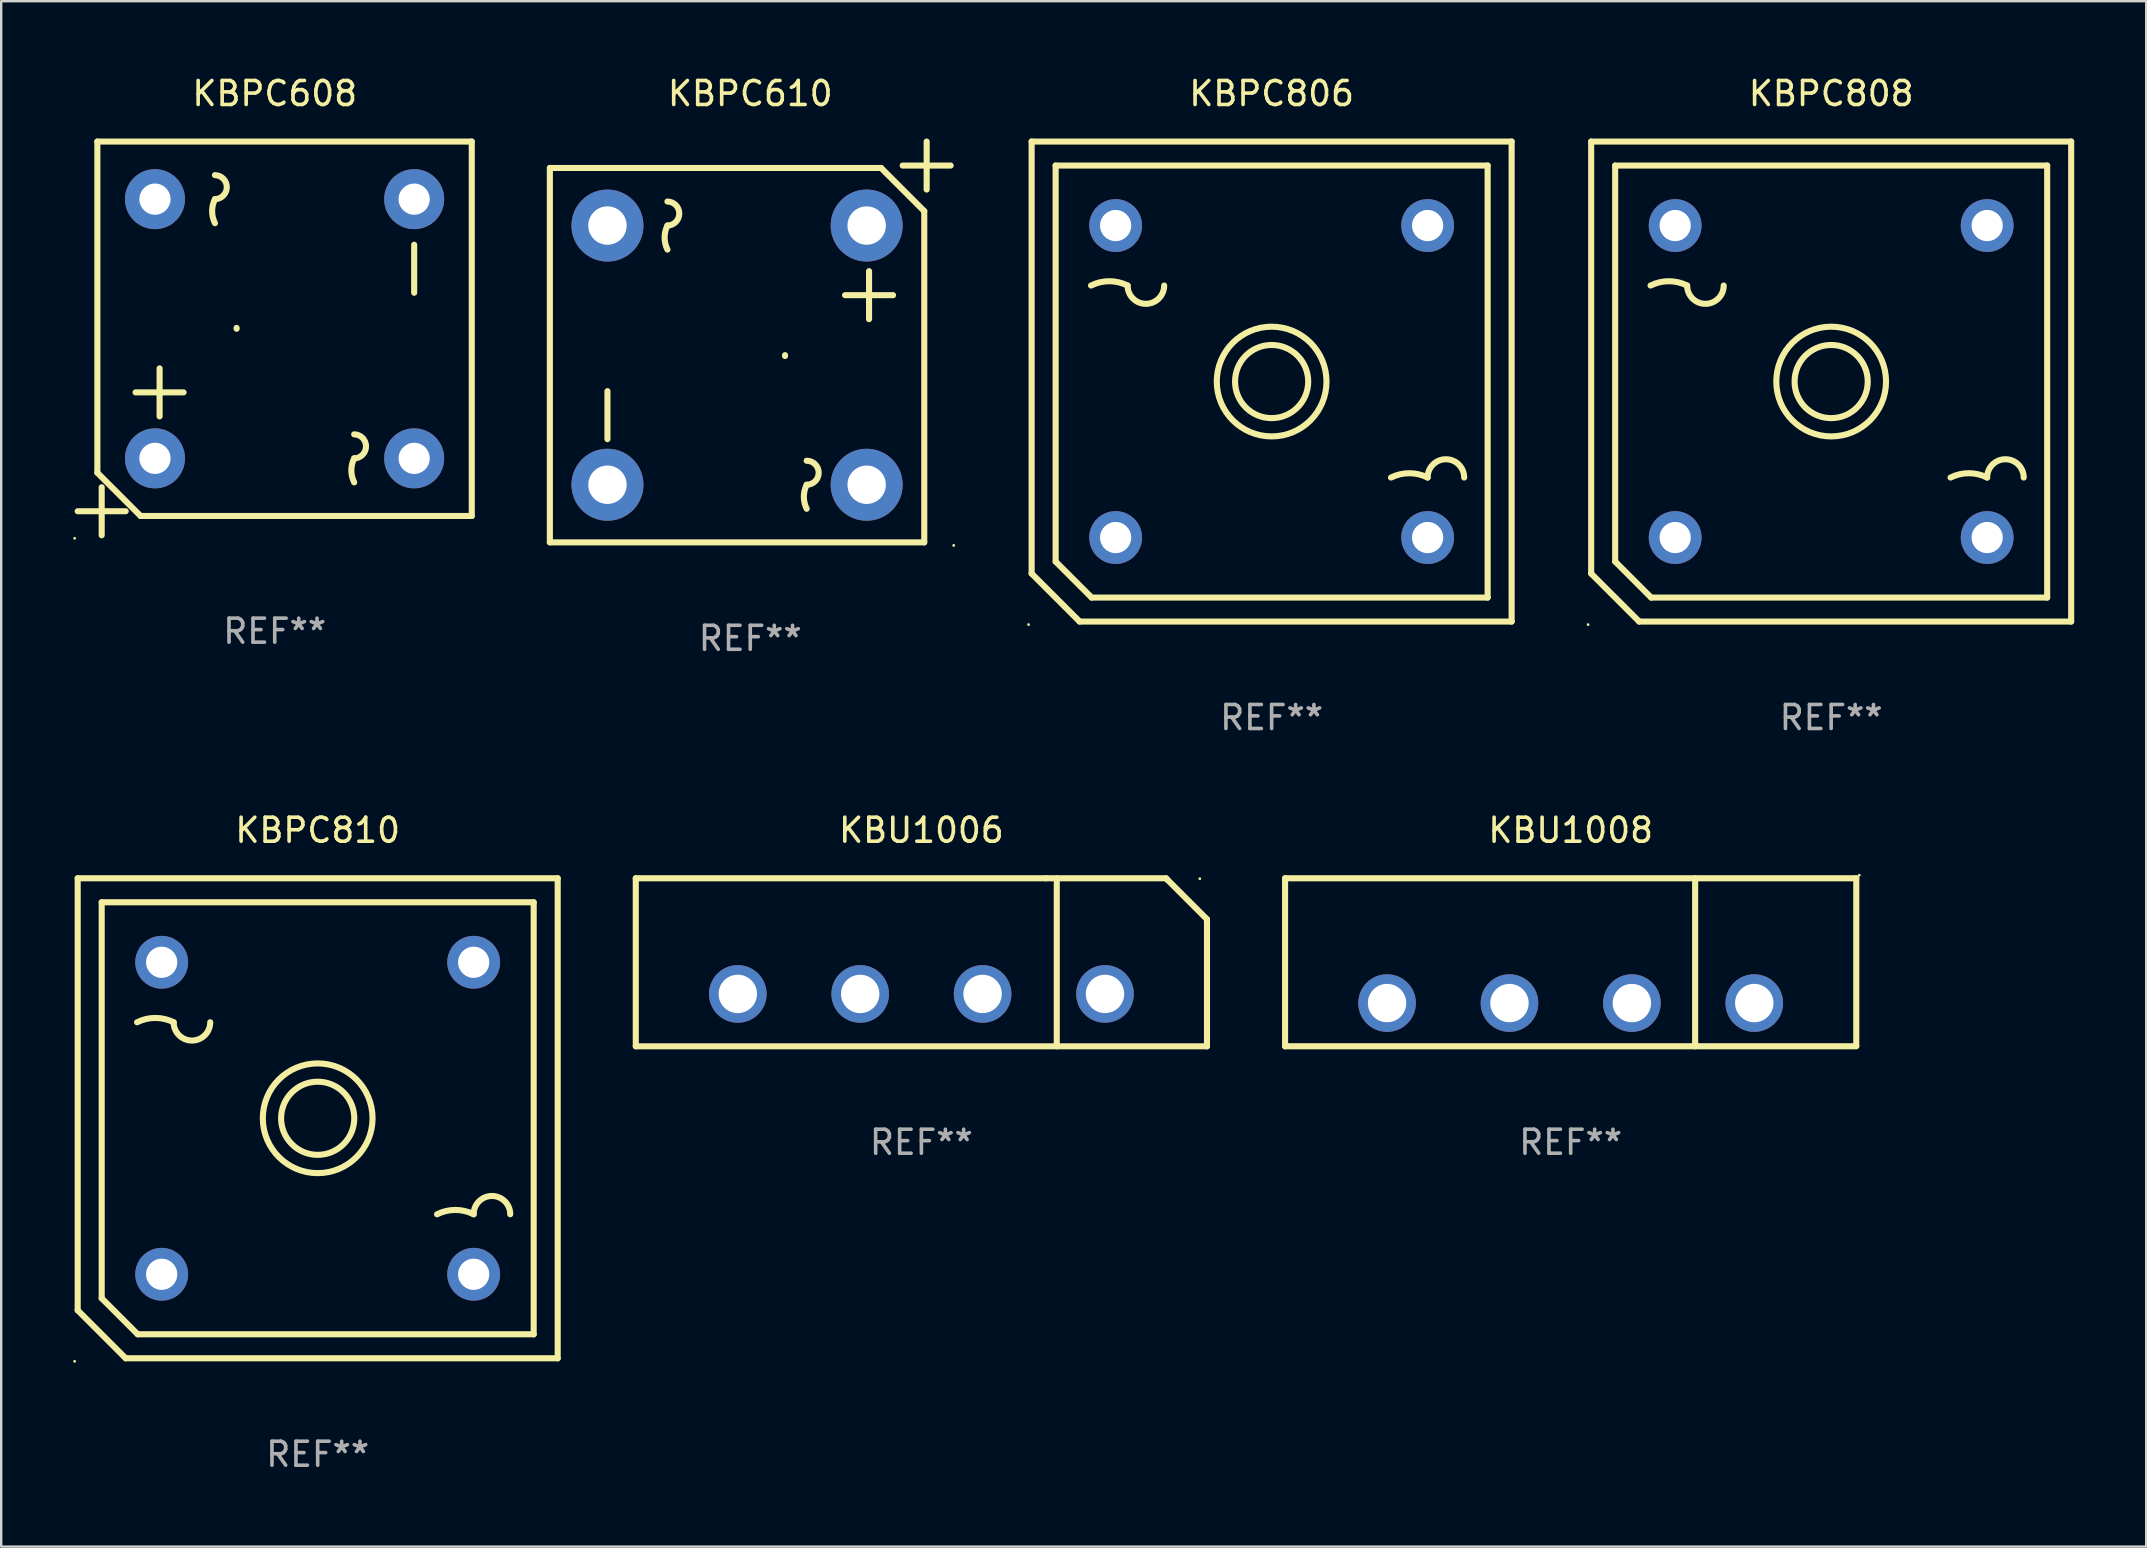
<source format=kicad_pcb>
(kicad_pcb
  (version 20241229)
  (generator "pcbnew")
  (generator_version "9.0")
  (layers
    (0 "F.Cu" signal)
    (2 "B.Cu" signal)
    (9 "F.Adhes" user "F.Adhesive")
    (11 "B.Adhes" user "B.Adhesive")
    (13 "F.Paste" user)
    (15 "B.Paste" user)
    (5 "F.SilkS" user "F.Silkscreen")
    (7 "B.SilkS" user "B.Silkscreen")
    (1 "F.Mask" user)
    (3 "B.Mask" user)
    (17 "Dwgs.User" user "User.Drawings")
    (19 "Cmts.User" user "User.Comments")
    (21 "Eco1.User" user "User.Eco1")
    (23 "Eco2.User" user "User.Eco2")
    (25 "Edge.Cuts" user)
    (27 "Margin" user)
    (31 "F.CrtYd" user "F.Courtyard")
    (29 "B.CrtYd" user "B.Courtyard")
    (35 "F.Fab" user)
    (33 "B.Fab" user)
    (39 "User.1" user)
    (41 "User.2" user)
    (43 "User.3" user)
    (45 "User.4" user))
  (footprint "KBPC608"
    (layer "F.Cu")
    (at 8.397 11.05)
    (property "Reference" "KBPC608" (at 0 -10.202 0) (layer "F.SilkS") (effects (font (size 1 1) (thickness 0.15))))
    (attr through_hole)
    (fp_line (start -7.39 -8.202) (end 8.21 -8.202) (stroke (width 0.254) (type solid)) (layer "F.SilkS"))
    (fp_line (start -7.39 5.598) (end -7.39 -8.202) (stroke (width 0.254) (type solid)) (layer "F.SilkS"))
    (fp_line (start -7.21 6.202) (end -7.21 8.202) (stroke (width 0.254) (type solid)) (layer "F.SilkS"))
    (fp_line (start -6.21 7.202) (end -8.21 7.202) (stroke (width 0.254) (type solid)) (layer "F.SilkS"))
    (fp_line (start -5.59 7.398) (end -7.39 5.598) (stroke (width 0.254) (type solid)) (layer "F.SilkS"))
    (fp_line (start -4.797 1.249) (end -4.797 3.249) (stroke (width 0.254) (type solid)) (layer "F.SilkS"))
    (fp_line (start -3.797 2.249) (end -5.797 2.249) (stroke (width 0.254) (type solid)) (layer "F.SilkS"))
    (fp_line (start 5.81 -3.902) (end 5.81 -1.902) (stroke (width 0.254) (type solid)) (layer "F.SilkS"))
    (fp_line (start 8.21 -8.202) (end 8.21 7.398) (stroke (width 0.254) (type solid)) (layer "F.SilkS"))
    (fp_line (start 8.21 7.398) (end -5.59 7.398) (stroke (width 0.254) (type solid)) (layer "F.SilkS"))
    (fp_arc (start -2.490691 -6.802819) (mid -1.990691 -6.302438) (end -2.490691 -5.802057) (stroke (width 0.254001) (type solid)) (layer "F.SilkS"))
    (fp_arc (start -2.490691 -4.801295) (mid -2.608855 -5.301676) (end -2.490691 -5.802057) (stroke (width 0.254001) (type solid)) (layer "F.SilkS"))
    (fp_arc (start -1.588989 -0.402007) (mid -1.589069 -0.419787) (end -1.588989 -0.437567) (stroke (width 0.254001) (type solid)) (layer "F.SilkS"))
    (fp_arc (start 3.310681 3.997282) (mid 3.810681 4.497663) (end 3.310681 4.998044) (stroke (width 0.254001) (type solid)) (layer "F.SilkS"))
    (fp_arc (start 3.310681 5.998806) (mid 3.192517 5.498425) (end 3.310681 4.998044) (stroke (width 0.254001) (type solid)) (layer "F.SilkS"))
    (fp_circle (center -8.337 8.329) (end -8.307 8.329) (stroke (width 0.06) (type solid)) (fill no) (layer "F.SilkS"))
    (fp_text user "REF**" (at 0 12.202 0) (layer "F.Fab") (effects (font (size 1 1) (thickness 0.15))))
    (pad "1" thru_hole circle (at -4.99 4.998) (size 2.5 2.5) (drill 1.3) (layers "*.Cu" "*.Mask"))
    (pad "2" thru_hole circle (at 5.81 4.998) (size 2.5 2.5) (drill 1.3) (layers "*.Cu" "*.Mask"))
    (pad "3" thru_hole circle (at 5.81 -5.802) (size 2.5 2.5) (drill 1.3) (layers "*.Cu" "*.Mask"))
    (pad "4" thru_hole circle (at -4.99 -5.802) (size 2.5 2.5) (drill 1.3) (layers "*.Cu" "*.Mask")))
  (footprint "KBPC806"
    (layer "F.Cu")
    (at 49.935 12.848)
    (property "Reference" "KBPC806" (at 0 -12 0) (layer "F.SilkS") (effects (font (size 1 1) (thickness 0.15))))
    (attr through_hole)
    (fp_line (start -10 -10) (end 10 -10) (stroke (width 0.254) (type solid)) (layer "F.SilkS"))
    (fp_line (start -10 8) (end -10 -10) (stroke (width 0.254) (type solid)) (layer "F.SilkS"))
    (fp_line (start -9 -9) (end 9 -9) (stroke (width 0.254) (type solid)) (layer "F.SilkS"))
    (fp_line (start -9 7.5) (end -9 -9) (stroke (width 0.254) (type solid)) (layer "F.SilkS"))
    (fp_line (start -8 10) (end -10 8) (stroke (width 0.254) (type solid)) (layer "F.SilkS"))
    (fp_line (start -7.5 9) (end -9 7.5) (stroke (width 0.254) (type solid)) (layer "F.SilkS"))
    (fp_line (start 9 -9) (end 9 9) (stroke (width 0.254) (type solid)) (layer "F.SilkS"))
    (fp_line (start 9 9) (end -7.5 9) (stroke (width 0.254) (type solid)) (layer "F.SilkS"))
    (fp_line (start 10 -10) (end 10 10) (stroke (width 0.254) (type solid)) (layer "F.SilkS"))
    (fp_line (start 10 10) (end -8 10) (stroke (width 0.254) (type solid)) (layer "F.SilkS"))
    (fp_arc (start -7.525552 -4.000483) (mid -6.763551 -4.180367) (end -6.001549 -4.000483) (stroke (width 0.254001) (type solid)) (layer "F.SilkS"))
    (fp_arc (start -4.477546 -4.000483) (mid -5.239548 -3.238481) (end -6.00155 -4.000483) (stroke (width 0.254001) (type solid)) (layer "F.SilkS"))
    (fp_arc (start 4.974473 3.999441) (mid 5.736474 3.819557) (end 6.498476 3.999441) (stroke (width 0.254001) (type solid)) (layer "F.SilkS"))
    (fp_arc (start 6.498477 3.999441) (mid 7.260478 3.23744) (end 8.022479 3.999441) (stroke (width 0.254001) (type solid)) (layer "F.SilkS"))
    (fp_circle (center -10.127 10.127) (end -10.097 10.127) (stroke (width 0.06) (type solid)) (fill no) (layer "F.SilkS"))
    (fp_circle (center 0 0) (end 1.524 0) (stroke (width 0.254) (type solid)) (fill no) (layer "F.SilkS"))
    (fp_circle (center 0 0) (end 2.286 0) (stroke (width 0.254) (type solid)) (fill no) (layer "F.SilkS"))
    (fp_text user "-" (at 3 -6.5 0) (layer "B.Mask") (effects (font (size 1 1) (thickness 0.15))))
    (fp_text user "+" (at -3.67 5.5 0) (layer "B.Mask") (effects (font (size 1 1) (thickness 0.15))))
    (fp_text user "REF**" (at 0 14 0) (layer "F.Fab") (effects (font (size 1 1) (thickness 0.15))))
    (pad "1" thru_hole circle (at -6.5 6.5) (size 2.2 2.2) (drill 1.3) (layers "*.Cu" "*.Mask"))
    (pad "2" thru_hole circle (at 6.5 6.5) (size 2.2 2.2) (drill 1.3) (layers "*.Cu" "*.Mask"))
    (pad "3" thru_hole circle (at 6.5 -6.5) (size 2.2 2.2) (drill 1.3) (layers "*.Cu" "*.Mask"))
    (pad "4" thru_hole circle (at -6.5 -6.5) (size 2.2 2.2) (drill 1.3) (layers "*.Cu" "*.Mask")))
  (footprint "KBU1008"
    (layer "F.Cu")
    (at 62.395 37.045)
    (property "Reference" "KBU1008" (at 0 -5.5 0) (layer "F.SilkS") (effects (font (size 1 1) (thickness 0.15))))
    (attr through_hole)
    (fp_line (start -11.9 -3.5) (end -11.9 3.5) (stroke (width 0.254) (type solid)) (layer "F.SilkS"))
    (fp_line (start -11.9 -3.5) (end 11.9 -3.5) (stroke (width 0.254) (type solid)) (layer "F.SilkS"))
    (fp_line (start -11.9 3.5) (end 11.9 3.5) (stroke (width 0.254) (type solid)) (layer "F.SilkS"))
    (fp_line (start 5.186 -3.5) (end 5.186 3.5) (stroke (width 0.254) (type solid)) (layer "F.SilkS"))
    (fp_line (start 11.9 -3.5) (end 11.9 3.478) (stroke (width 0.254) (type solid)) (layer "F.SilkS"))
    (fp_circle (center 12.027 -3.627) (end 12.057 -3.627) (stroke (width 0.06) (type solid)) (fill no) (layer "F.SilkS"))
    (fp_text user "&#126;" (at 1.651 -0.131 0) (layer "B.Mask") (effects (font (size 1 1) (thickness 0.15))))
    (fp_text user "-" (at -8.509 0.049 0) (layer "B.Mask") (effects (font (size 1 1) (thickness 0.15))))
    (fp_text user "&#126;" (at -3.43 -0.131 0) (layer "B.Mask") (effects (font (size 1 1) (thickness 0.15))))
    (fp_text user "+" (at 6.731 -0.086 0) (layer "B.Mask") (effects (font (size 1 1) (thickness 0.15))))
    (fp_text user "REF**" (at 0 7.5 0) (layer "F.Fab") (effects (font (size 1 1) (thickness 0.15))))
    (pad "1" thru_hole circle (at 7.65 1.7) (size 2.4 2.4) (drill 1.6) (layers "*.Cu" "*.Mask"))
    (pad "2" thru_hole circle (at 2.55 1.7) (size 2.4 2.4) (drill 1.6) (layers "*.Cu" "*.Mask"))
    (pad "3" thru_hole circle (at -2.55 1.7) (size 2.4 2.4) (drill 1.6) (layers "*.Cu" "*.Mask"))
    (pad "4" thru_hole circle (at -7.65 1.7) (size 2.4 2.4) (drill 1.6) (layers "*.Cu" "*.Mask")))
  (footprint "KBPC808"
    (layer "F.Cu")
    (at 73.249 12.848)
    (property "Reference" "KBPC808" (at 0 -12 0) (layer "F.SilkS") (effects (font (size 1 1) (thickness 0.15))))
    (attr through_hole)
    (fp_line (start -10 -10) (end 10 -10) (stroke (width 0.254) (type solid)) (layer "F.SilkS"))
    (fp_line (start -10 8) (end -10 -10) (stroke (width 0.254) (type solid)) (layer "F.SilkS"))
    (fp_line (start -9 -9) (end 9 -9) (stroke (width 0.254) (type solid)) (layer "F.SilkS"))
    (fp_line (start -9 7.5) (end -9 -9) (stroke (width 0.254) (type solid)) (layer "F.SilkS"))
    (fp_line (start -8 10) (end -10 8) (stroke (width 0.254) (type solid)) (layer "F.SilkS"))
    (fp_line (start -7.5 9) (end -9 7.5) (stroke (width 0.254) (type solid)) (layer "F.SilkS"))
    (fp_line (start 9 -9) (end 9 9) (stroke (width 0.254) (type solid)) (layer "F.SilkS"))
    (fp_line (start 9 9) (end -7.5 9) (stroke (width 0.254) (type solid)) (layer "F.SilkS"))
    (fp_line (start 10 -10) (end 10 10) (stroke (width 0.254) (type solid)) (layer "F.SilkS"))
    (fp_line (start 10 10) (end -8 10) (stroke (width 0.254) (type solid)) (layer "F.SilkS"))
    (fp_arc (start -7.525552 -4.000483) (mid -6.763551 -4.180367) (end -6.001549 -4.000483) (stroke (width 0.254001) (type solid)) (layer "F.SilkS"))
    (fp_arc (start -4.477546 -4.000483) (mid -5.239548 -3.238481) (end -6.00155 -4.000483) (stroke (width 0.254001) (type solid)) (layer "F.SilkS"))
    (fp_arc (start 4.974473 3.999441) (mid 5.736474 3.819557) (end 6.498476 3.999441) (stroke (width 0.254001) (type solid)) (layer "F.SilkS"))
    (fp_arc (start 6.498477 3.999441) (mid 7.260478 3.23744) (end 8.022479 3.999441) (stroke (width 0.254001) (type solid)) (layer "F.SilkS"))
    (fp_circle (center -10.127 10.127) (end -10.097 10.127) (stroke (width 0.06) (type solid)) (fill no) (layer "F.SilkS"))
    (fp_circle (center 0 0) (end 1.524 0) (stroke (width 0.254) (type solid)) (fill no) (layer "F.SilkS"))
    (fp_circle (center 0 0) (end 2.286 0) (stroke (width 0.254) (type solid)) (fill no) (layer "F.SilkS"))
    (fp_text user "-" (at 3 -6.5 0) (layer "B.Mask") (effects (font (size 1 1) (thickness 0.15))))
    (fp_text user "+" (at -3.67 5.5 0) (layer "B.Mask") (effects (font (size 1 1) (thickness 0.15))))
    (fp_text user "REF**" (at 0 14 0) (layer "F.Fab") (effects (font (size 1 1) (thickness 0.15))))
    (pad "1" thru_hole circle (at -6.5 6.5) (size 2.2 2.2) (drill 1.3) (layers "*.Cu" "*.Mask"))
    (pad "2" thru_hole circle (at 6.5 6.5) (size 2.2 2.2) (drill 1.3) (layers "*.Cu" "*.Mask"))
    (pad "3" thru_hole circle (at 6.5 -6.5) (size 2.2 2.2) (drill 1.3) (layers "*.Cu" "*.Mask"))
    (pad "4" thru_hole circle (at -6.5 -6.5) (size 2.2 2.2) (drill 1.3) (layers "*.Cu" "*.Mask")))
  (footprint "KBPC610"
    (layer "F.Cu")
    (at 28.211 11.198)
    (property "Reference" "KBPC610" (at 0 -10.35 0) (layer "F.SilkS") (effects (font (size 1 1) (thickness 0.15))))
    (attr through_hole)
    (fp_line (start -8.35 -7.25) (end 5.45 -7.25) (stroke (width 0.254) (type solid)) (layer "F.SilkS"))
    (fp_line (start -8.35 8.35) (end -8.35 -7.25) (stroke (width 0.254) (type solid)) (layer "F.SilkS"))
    (fp_line (start -5.95 4.05) (end -5.95 2.05) (stroke (width 0.254) (type solid)) (layer "F.SilkS"))
    (fp_line (start 3.95 -1.95) (end 5.95 -1.95) (stroke (width 0.254) (type solid)) (layer "F.SilkS"))
    (fp_line (start 4.95 -0.95) (end 4.95 -2.95) (stroke (width 0.254) (type solid)) (layer "F.SilkS"))
    (fp_line (start 5.45 -7.25) (end 7.25 -5.45) (stroke (width 0.254) (type solid)) (layer "F.SilkS"))
    (fp_line (start 6.35 -7.35) (end 8.35 -7.35) (stroke (width 0.254) (type solid)) (layer "F.SilkS"))
    (fp_line (start 7.25 -5.45) (end 7.25 8.35) (stroke (width 0.254) (type solid)) (layer "F.SilkS"))
    (fp_line (start 7.25 8.35) (end -8.35 8.35) (stroke (width 0.254) (type solid)) (layer "F.SilkS"))
    (fp_line (start 7.35 -6.35) (end 7.35 -8.35) (stroke (width 0.254) (type solid)) (layer "F.SilkS"))
    (fp_arc (start -3.450686 -5.850813) (mid -2.950686 -5.350432) (end -3.450686 -4.850051) (stroke (width 0.254001) (type solid)) (layer "F.SilkS"))
    (fp_arc (start -3.450686 -3.849289) (mid -3.56885 -4.34967) (end -3.450686 -4.850051) (stroke (width 0.254001) (type solid)) (layer "F.SilkS"))
    (fp_arc (start 1.448984 0.58556) (mid 1.448906 0.56778) (end 1.448984 0.55) (stroke (width 0.254001) (type solid)) (layer "F.SilkS"))
    (fp_arc (start 2.350686 4.949289) (mid 2.850686 5.44967) (end 2.350686 5.950051) (stroke (width 0.254001) (type solid)) (layer "F.SilkS"))
    (fp_arc (start 2.350686 6.950813) (mid 2.232522 6.450432) (end 2.350686 5.950051) (stroke (width 0.254001) (type solid)) (layer "F.SilkS"))
    (fp_circle (center 8.477 8.477) (end 8.507 8.477) (stroke (width 0.06) (type solid)) (fill no) (layer "F.SilkS"))
    (fp_text user "REF**" (at 0 12.35 0) (layer "F.Fab") (effects (font (size 1 1) (thickness 0.15))))
    (pad "1" thru_hole circle (at 4.85 5.95) (size 3 3) (drill 1.6) (layers "*.Cu" "*.Mask"))
    (pad "2" thru_hole circle (at 4.85 -4.85) (size 3 3) (drill 1.6) (layers "*.Cu" "*.Mask"))
    (pad "3" thru_hole circle (at -5.95 -4.85) (size 3 3) (drill 1.6) (layers "*.Cu" "*.Mask"))
    (pad "4" thru_hole circle (at -5.95 5.95) (size 3 3) (drill 1.6) (layers "*.Cu" "*.Mask")))
  (footprint "KBPC810"
    (layer "F.Cu")
    (at 10.187 43.545)
    (property "Reference" "KBPC810" (at 0 -12 0) (layer "F.SilkS") (effects (font (size 1 1) (thickness 0.15))))
    (attr through_hole)
    (fp_line (start -10 -10) (end 10 -10) (stroke (width 0.254) (type solid)) (layer "F.SilkS"))
    (fp_line (start -10 8) (end -10 -10) (stroke (width 0.254) (type solid)) (layer "F.SilkS"))
    (fp_line (start -9 -9) (end 9 -9) (stroke (width 0.254) (type solid)) (layer "F.SilkS"))
    (fp_line (start -9 7.5) (end -9 -9) (stroke (width 0.254) (type solid)) (layer "F.SilkS"))
    (fp_line (start -8 10) (end -10 8) (stroke (width 0.254) (type solid)) (layer "F.SilkS"))
    (fp_line (start -7.5 9) (end -9 7.5) (stroke (width 0.254) (type solid)) (layer "F.SilkS"))
    (fp_line (start 9 -9) (end 9 9) (stroke (width 0.254) (type solid)) (layer "F.SilkS"))
    (fp_line (start 9 9) (end -7.5 9) (stroke (width 0.254) (type solid)) (layer "F.SilkS"))
    (fp_line (start 10 -10) (end 10 10) (stroke (width 0.254) (type solid)) (layer "F.SilkS"))
    (fp_line (start 10 10) (end -8 10) (stroke (width 0.254) (type solid)) (layer "F.SilkS"))
    (fp_arc (start -7.525552 -4.000483) (mid -6.763551 -4.180367) (end -6.001549 -4.000483) (stroke (width 0.254001) (type solid)) (layer "F.SilkS"))
    (fp_arc (start -4.477546 -4.000483) (mid -5.239548 -3.238481) (end -6.00155 -4.000483) (stroke (width 0.254001) (type solid)) (layer "F.SilkS"))
    (fp_arc (start 4.974473 3.999441) (mid 5.736474 3.819557) (end 6.498476 3.999441) (stroke (width 0.254001) (type solid)) (layer "F.SilkS"))
    (fp_arc (start 6.498477 3.999441) (mid 7.260478 3.23744) (end 8.022479 3.999441) (stroke (width 0.254001) (type solid)) (layer "F.SilkS"))
    (fp_circle (center -10.127 10.127) (end -10.097 10.127) (stroke (width 0.06) (type solid)) (fill no) (layer "F.SilkS"))
    (fp_circle (center 0 0) (end 1.524 0) (stroke (width 0.254) (type solid)) (fill no) (layer "F.SilkS"))
    (fp_circle (center 0 0) (end 2.286 0) (stroke (width 0.254) (type solid)) (fill no) (layer "F.SilkS"))
    (fp_text user "-" (at 3 -6.5 0) (layer "B.Mask") (effects (font (size 1 1) (thickness 0.15))))
    (fp_text user "+" (at -3.67 5.5 0) (layer "B.Mask") (effects (font (size 1 1) (thickness 0.15))))
    (fp_text user "REF**" (at 0 14 0) (layer "F.Fab") (effects (font (size 1 1) (thickness 0.15))))
    (pad "1" thru_hole circle (at -6.5 6.5) (size 2.2 2.2) (drill 1.3) (layers "*.Cu" "*.Mask"))
    (pad "2" thru_hole circle (at 6.5 6.5) (size 2.2 2.2) (drill 1.3) (layers "*.Cu" "*.Mask"))
    (pad "3" thru_hole circle (at 6.5 -6.5) (size 2.2 2.2) (drill 1.3) (layers "*.Cu" "*.Mask"))
    (pad "4" thru_hole circle (at -6.5 -6.5) (size 2.2 2.2) (drill 1.3) (layers "*.Cu" "*.Mask")))
  (footprint "KBU1006"
    (layer "F.Cu")
    (at 35.341 37.045)
    (property "Reference" "KBU1006" (at 0 -5.501 0) (layer "F.SilkS") (effects (font (size 1 1) (thickness 0.15))))
    (attr through_hole)
    (fp_line (start -11.9 -3.5) (end -11.9 3.501) (stroke (width 0.254) (type solid)) (layer "F.SilkS"))
    (fp_line (start -11.9 -3.5) (end 5.186 -3.5) (stroke (width 0.254) (type solid)) (layer "F.SilkS"))
    (fp_line (start -11.9 3.501) (end 11.9 3.501) (stroke (width 0.254) (type solid)) (layer "F.SilkS"))
    (fp_line (start 5.641 -3.501) (end 5.641 3.5) (stroke (width 0.254) (type solid)) (layer "F.SilkS"))
    (fp_line (start 10.192 -3.5) (end 5.186 -3.5) (stroke (width 0.254) (type solid)) (layer "F.SilkS"))
    (fp_line (start 10.261 -3.431) (end 10.192 -3.5) (stroke (width 0.254) (type solid)) (layer "F.SilkS"))
    (fp_line (start 11.9 -1.792) (end 10.261 -3.431) (stroke (width 0.254) (type solid)) (layer "F.SilkS"))
    (fp_line (start 11.9 3.501) (end 11.9 -1.792) (stroke (width 0.254) (type solid)) (layer "F.SilkS"))
    (fp_circle (center 11.601 -3.481) (end 11.631 -3.481) (stroke (width 0.06) (type solid)) (fill no) (layer "F.SilkS"))
    (fp_text user "-" (at -8.509 -1.651 0) (layer "B.Mask") (effects (font (size 1 1) (thickness 0.15))))
    (fp_text user "&#126;" (at 1.65 -1.831 0) (layer "B.Mask") (effects (font (size 1 1) (thickness 0.15))))
    (fp_text user "&#126;" (at -3.43 -1.831 0) (layer "B.Mask") (effects (font (size 1 1) (thickness 0.15))))
    (fp_text user "+" (at 6.73 -1.785 0) (layer "B.Mask") (effects (font (size 1 1) (thickness 0.15))))
    (fp_text user "REF**" (at 0 7.501 0) (layer "F.Fab") (effects (font (size 1 1) (thickness 0.15))))
    (pad "1" thru_hole circle (at 7.651 1.319) (size 2.4 2.4) (drill 1.6) (layers "*.Cu" "*.Mask"))
    (pad "2" thru_hole circle (at 2.551 1.319) (size 2.4 2.4) (drill 1.6) (layers "*.Cu" "*.Mask"))
    (pad "3" thru_hole circle (at -2.549 1.319) (size 2.4 2.4) (drill 1.6) (layers "*.Cu" "*.Mask"))
    (pad "4" thru_hole circle (at -7.649 1.319) (size 2.4 2.4) (drill 1.6) (layers "*.Cu" "*.Mask")))
  (gr_rect
    (start -3 -3)
    (end 86.376 61.393)
    (stroke (width 0.1) (type default))
    (fill no)
    (layer "Edge.Cuts")))
</source>
